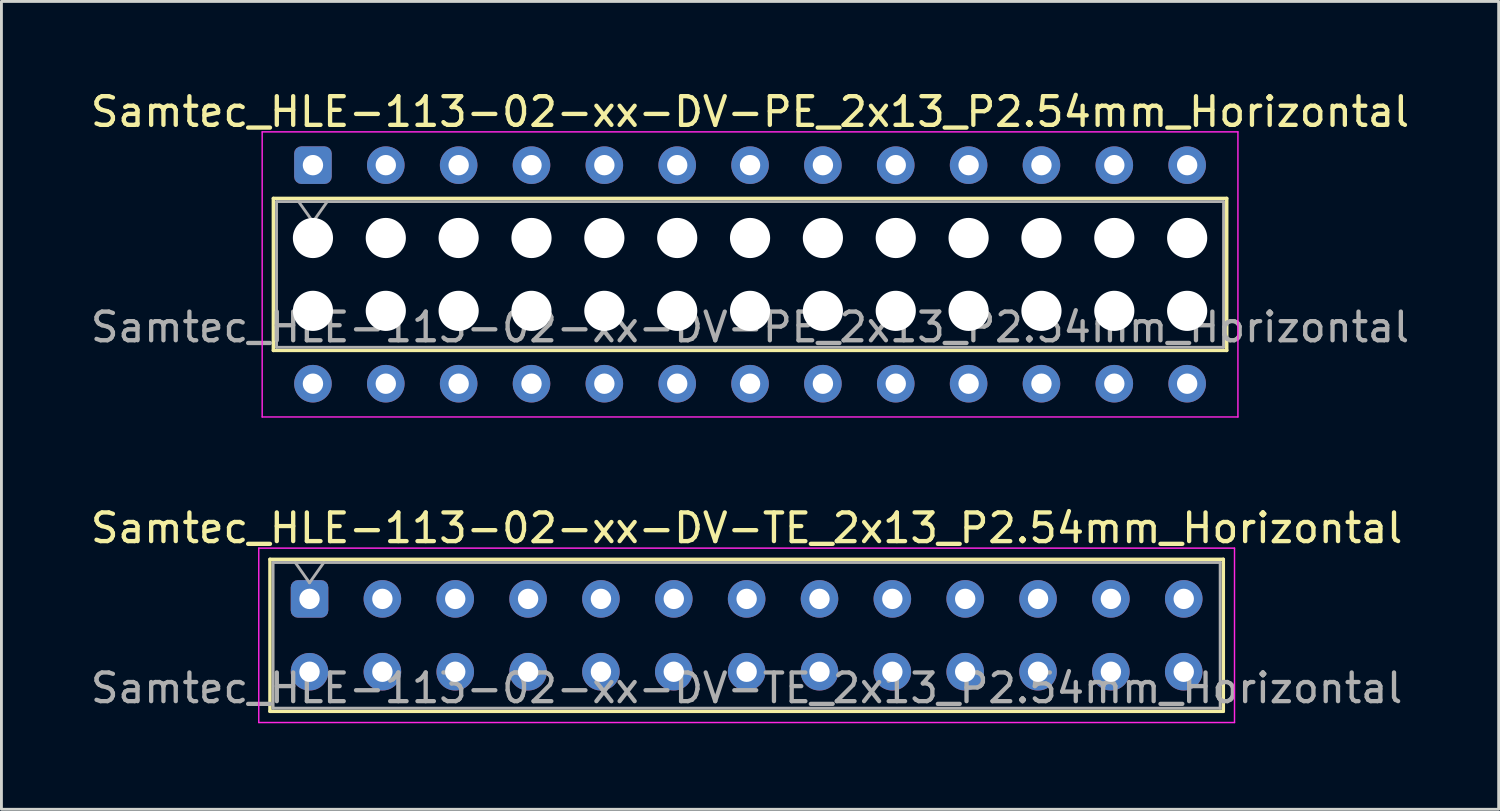
<source format=kicad_pcb>
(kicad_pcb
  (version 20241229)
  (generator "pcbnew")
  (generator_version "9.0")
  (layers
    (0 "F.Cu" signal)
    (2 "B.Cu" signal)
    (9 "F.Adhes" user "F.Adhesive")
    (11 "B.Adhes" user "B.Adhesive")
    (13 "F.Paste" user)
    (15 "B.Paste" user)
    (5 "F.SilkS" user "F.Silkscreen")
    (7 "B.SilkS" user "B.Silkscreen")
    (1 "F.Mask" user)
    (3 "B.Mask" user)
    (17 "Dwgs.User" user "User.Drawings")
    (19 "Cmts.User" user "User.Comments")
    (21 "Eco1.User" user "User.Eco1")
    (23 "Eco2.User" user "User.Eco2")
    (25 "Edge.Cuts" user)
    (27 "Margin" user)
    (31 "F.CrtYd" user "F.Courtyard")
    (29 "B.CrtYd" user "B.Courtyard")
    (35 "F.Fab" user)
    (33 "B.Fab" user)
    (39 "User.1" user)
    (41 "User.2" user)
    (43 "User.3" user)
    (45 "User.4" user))
  (footprint "Samtec_HLE-113-02-xx-DV-PE_2x13_P2.54mm_Horizontal"
    (layer "F.Cu")
    (at 7.861 2.708)
    (property "Reference" "Samtec_HLE-113-02-xx-DV-PE_2x13_P2.54mm_Horizontal" (at 15.24 -1.86 0) (layer "F.SilkS") (effects (font (size 1 1) (thickness 0.15))))
    (attr through_hole)
    (fp_line (start -1.38 1.16) (end 31.86 1.16) (stroke (width 0.12) (type solid)) (layer "F.SilkS"))
    (fp_line (start -1.38 6.46) (end -1.38 1.16) (stroke (width 0.12) (type solid)) (layer "F.SilkS"))
    (fp_line (start 31.86 1.16) (end 31.86 6.46) (stroke (width 0.12) (type solid)) (layer "F.SilkS"))
    (fp_line (start 31.86 6.46) (end -1.38 6.46) (stroke (width 0.12) (type solid)) (layer "F.SilkS"))
    (fp_line (start -1.77 -1.16) (end 32.25 -1.16) (stroke (width 0.05) (type solid)) (layer "F.CrtYd"))
    (fp_line (start -1.77 8.78) (end -1.77 -1.16) (stroke (width 0.05) (type solid)) (layer "F.CrtYd"))
    (fp_line (start 32.25 -1.16) (end 32.25 8.78) (stroke (width 0.05) (type solid)) (layer "F.CrtYd"))
    (fp_line (start 32.25 8.78) (end -1.77 8.78) (stroke (width 0.05) (type solid)) (layer "F.CrtYd"))
    (fp_line (start -1.27 1.27) (end 31.75 1.27) (stroke (width 0.1) (type solid)) (layer "F.Fab"))
    (fp_line (start -1.27 6.35) (end -1.27 1.27) (stroke (width 0.1) (type solid)) (layer "F.Fab"))
    (fp_line (start -0.5 1.27) (end 0 1.977) (stroke (width 0.1) (type solid)) (layer "F.Fab"))
    (fp_line (start 0 1.977) (end 0.5 1.27) (stroke (width 0.1) (type solid)) (layer "F.Fab"))
    (fp_line (start 31.75 1.27) (end 31.75 6.35) (stroke (width 0.1) (type solid)) (layer "F.Fab"))
    (fp_line (start 31.75 6.35) (end -1.27 6.35) (stroke (width 0.1) (type solid)) (layer "F.Fab"))
    (fp_text user "${REFERENCE}" (at 15.24 5.65 0) (layer "F.Fab") (effects (font (size 1 1) (thickness 0.15))))
    (pad "" np_thru_hole circle (at 0 2.54) (size 1.4 1.4) (drill 1.4) (layers "*.Cu" "*.Mask"))
    (pad "" np_thru_hole circle (at 0 5.08) (size 1.4 1.4) (drill 1.4) (layers "*.Cu" "*.Mask"))
    (pad "" np_thru_hole circle (at 2.54 2.54) (size 1.4 1.4) (drill 1.4) (layers "*.Cu" "*.Mask"))
    (pad "" np_thru_hole circle (at 2.54 5.08) (size 1.4 1.4) (drill 1.4) (layers "*.Cu" "*.Mask"))
    (pad "" np_thru_hole circle (at 5.08 2.54) (size 1.4 1.4) (drill 1.4) (layers "*.Cu" "*.Mask"))
    (pad "" np_thru_hole circle (at 5.08 5.08) (size 1.4 1.4) (drill 1.4) (layers "*.Cu" "*.Mask"))
    (pad "" np_thru_hole circle (at 7.62 2.54) (size 1.4 1.4) (drill 1.4) (layers "*.Cu" "*.Mask"))
    (pad "" np_thru_hole circle (at 7.62 5.08) (size 1.4 1.4) (drill 1.4) (layers "*.Cu" "*.Mask"))
    (pad "" np_thru_hole circle (at 10.16 2.54) (size 1.4 1.4) (drill 1.4) (layers "*.Cu" "*.Mask"))
    (pad "" np_thru_hole circle (at 10.16 5.08) (size 1.4 1.4) (drill 1.4) (layers "*.Cu" "*.Mask"))
    (pad "" np_thru_hole circle (at 12.7 2.54) (size 1.4 1.4) (drill 1.4) (layers "*.Cu" "*.Mask"))
    (pad "" np_thru_hole circle (at 12.7 5.08) (size 1.4 1.4) (drill 1.4) (layers "*.Cu" "*.Mask"))
    (pad "" np_thru_hole circle (at 15.24 2.54) (size 1.4 1.4) (drill 1.4) (layers "*.Cu" "*.Mask"))
    (pad "" np_thru_hole circle (at 15.24 5.08) (size 1.4 1.4) (drill 1.4) (layers "*.Cu" "*.Mask"))
    (pad "" np_thru_hole circle (at 17.78 2.54) (size 1.4 1.4) (drill 1.4) (layers "*.Cu" "*.Mask"))
    (pad "" np_thru_hole circle (at 17.78 5.08) (size 1.4 1.4) (drill 1.4) (layers "*.Cu" "*.Mask"))
    (pad "" np_thru_hole circle (at 20.32 2.54) (size 1.4 1.4) (drill 1.4) (layers "*.Cu" "*.Mask"))
    (pad "" np_thru_hole circle (at 20.32 5.08) (size 1.4 1.4) (drill 1.4) (layers "*.Cu" "*.Mask"))
    (pad "" np_thru_hole circle (at 22.86 2.54) (size 1.4 1.4) (drill 1.4) (layers "*.Cu" "*.Mask"))
    (pad "" np_thru_hole circle (at 22.86 5.08) (size 1.4 1.4) (drill 1.4) (layers "*.Cu" "*.Mask"))
    (pad "" np_thru_hole circle (at 25.4 2.54) (size 1.4 1.4) (drill 1.4) (layers "*.Cu" "*.Mask"))
    (pad "" np_thru_hole circle (at 25.4 5.08) (size 1.4 1.4) (drill 1.4) (layers "*.Cu" "*.Mask"))
    (pad "" np_thru_hole circle (at 27.94 2.54) (size 1.4 1.4) (drill 1.4) (layers "*.Cu" "*.Mask"))
    (pad "" np_thru_hole circle (at 27.94 5.08) (size 1.4 1.4) (drill 1.4) (layers "*.Cu" "*.Mask"))
    (pad "" np_thru_hole circle (at 30.48 2.54) (size 1.4 1.4) (drill 1.4) (layers "*.Cu" "*.Mask"))
    (pad "" np_thru_hole circle (at 30.48 5.08) (size 1.4 1.4) (drill 1.4) (layers "*.Cu" "*.Mask"))
    (pad "1" thru_hole roundrect (at 0 0) (size 1.31 1.31) (drill 0.71) (layers "*.Cu" "*.Mask") (roundrect_rratio 0.191))
    (pad "2" thru_hole circle (at 0 7.62) (size 1.31 1.31) (drill 0.71) (layers "*.Cu" "*.Mask"))
    (pad "3" thru_hole circle (at 2.54 0) (size 1.31 1.31) (drill 0.71) (layers "*.Cu" "*.Mask"))
    (pad "4" thru_hole circle (at 2.54 7.62) (size 1.31 1.31) (drill 0.71) (layers "*.Cu" "*.Mask"))
    (pad "5" thru_hole circle (at 5.08 0) (size 1.31 1.31) (drill 0.71) (layers "*.Cu" "*.Mask"))
    (pad "6" thru_hole circle (at 5.08 7.62) (size 1.31 1.31) (drill 0.71) (layers "*.Cu" "*.Mask"))
    (pad "7" thru_hole circle (at 7.62 0) (size 1.31 1.31) (drill 0.71) (layers "*.Cu" "*.Mask"))
    (pad "8" thru_hole circle (at 7.62 7.62) (size 1.31 1.31) (drill 0.71) (layers "*.Cu" "*.Mask"))
    (pad "9" thru_hole circle (at 10.16 0) (size 1.31 1.31) (drill 0.71) (layers "*.Cu" "*.Mask"))
    (pad "10" thru_hole circle (at 10.16 7.62) (size 1.31 1.31) (drill 0.71) (layers "*.Cu" "*.Mask"))
    (pad "11" thru_hole circle (at 12.7 0) (size 1.31 1.31) (drill 0.71) (layers "*.Cu" "*.Mask"))
    (pad "12" thru_hole circle (at 12.7 7.62) (size 1.31 1.31) (drill 0.71) (layers "*.Cu" "*.Mask"))
    (pad "13" thru_hole circle (at 15.24 0) (size 1.31 1.31) (drill 0.71) (layers "*.Cu" "*.Mask"))
    (pad "14" thru_hole circle (at 15.24 7.62) (size 1.31 1.31) (drill 0.71) (layers "*.Cu" "*.Mask"))
    (pad "15" thru_hole circle (at 17.78 0) (size 1.31 1.31) (drill 0.71) (layers "*.Cu" "*.Mask"))
    (pad "16" thru_hole circle (at 17.78 7.62) (size 1.31 1.31) (drill 0.71) (layers "*.Cu" "*.Mask"))
    (pad "17" thru_hole circle (at 20.32 0) (size 1.31 1.31) (drill 0.71) (layers "*.Cu" "*.Mask"))
    (pad "18" thru_hole circle (at 20.32 7.62) (size 1.31 1.31) (drill 0.71) (layers "*.Cu" "*.Mask"))
    (pad "19" thru_hole circle (at 22.86 0) (size 1.31 1.31) (drill 0.71) (layers "*.Cu" "*.Mask"))
    (pad "20" thru_hole circle (at 22.86 7.62) (size 1.31 1.31) (drill 0.71) (layers "*.Cu" "*.Mask"))
    (pad "21" thru_hole circle (at 25.4 0) (size 1.31 1.31) (drill 0.71) (layers "*.Cu" "*.Mask"))
    (pad "22" thru_hole circle (at 25.4 7.62) (size 1.31 1.31) (drill 0.71) (layers "*.Cu" "*.Mask"))
    (pad "23" thru_hole circle (at 27.94 0) (size 1.31 1.31) (drill 0.71) (layers "*.Cu" "*.Mask"))
    (pad "24" thru_hole circle (at 27.94 7.62) (size 1.31 1.31) (drill 0.71) (layers "*.Cu" "*.Mask"))
    (pad "25" thru_hole circle (at 30.48 0) (size 1.31 1.31) (drill 0.71) (layers "*.Cu" "*.Mask"))
    (pad "26" thru_hole circle (at 30.48 7.62) (size 1.31 1.31) (drill 0.71) (layers "*.Cu" "*.Mask")))
  (footprint "Samtec_HLE-113-02-xx-DV-TE_2x13_P2.54mm_Horizontal"
    (layer "F.Cu")
    (at 7.742 17.831)
    (property "Reference" "Samtec_HLE-113-02-xx-DV-TE_2x13_P2.54mm_Horizontal" (at 15.24 -2.47 0) (layer "F.SilkS") (effects (font (size 1 1) (thickness 0.15))))
    (attr through_hole)
    (fp_line (start -1.38 -1.38) (end 31.86 -1.38) (stroke (width 0.12) (type solid)) (layer "F.SilkS"))
    (fp_line (start -1.38 3.92) (end -1.38 -1.38) (stroke (width 0.12) (type solid)) (layer "F.SilkS"))
    (fp_line (start 31.86 -1.38) (end 31.86 3.92) (stroke (width 0.12) (type solid)) (layer "F.SilkS"))
    (fp_line (start 31.86 3.92) (end -1.38 3.92) (stroke (width 0.12) (type solid)) (layer "F.SilkS"))
    (fp_line (start -1.77 -1.77) (end 32.25 -1.77) (stroke (width 0.05) (type solid)) (layer "F.CrtYd"))
    (fp_line (start -1.77 4.31) (end -1.77 -1.77) (stroke (width 0.05) (type solid)) (layer "F.CrtYd"))
    (fp_line (start 32.25 -1.77) (end 32.25 4.31) (stroke (width 0.05) (type solid)) (layer "F.CrtYd"))
    (fp_line (start 32.25 4.31) (end -1.77 4.31) (stroke (width 0.05) (type solid)) (layer "F.CrtYd"))
    (fp_line (start -1.27 -1.27) (end 31.75 -1.27) (stroke (width 0.1) (type solid)) (layer "F.Fab"))
    (fp_line (start -1.27 3.81) (end -1.27 -1.27) (stroke (width 0.1) (type solid)) (layer "F.Fab"))
    (fp_line (start -0.5 -1.27) (end 0 -0.563) (stroke (width 0.1) (type solid)) (layer "F.Fab"))
    (fp_line (start 0 -0.563) (end 0.5 -1.27) (stroke (width 0.1) (type solid)) (layer "F.Fab"))
    (fp_line (start 31.75 -1.27) (end 31.75 3.81) (stroke (width 0.1) (type solid)) (layer "F.Fab"))
    (fp_line (start 31.75 3.81) (end -1.27 3.81) (stroke (width 0.1) (type solid)) (layer "F.Fab"))
    (fp_text user "${REFERENCE}" (at 15.24 3.11 0) (layer "F.Fab") (effects (font (size 1 1) (thickness 0.15))))
    (pad "1" thru_hole roundrect (at 0 0) (size 1.31 1.31) (drill 0.71) (layers "*.Cu" "*.Mask") (roundrect_rratio 0.191))
    (pad "2" thru_hole circle (at 0 2.54) (size 1.31 1.31) (drill 0.71) (layers "*.Cu" "*.Mask"))
    (pad "3" thru_hole circle (at 2.54 0) (size 1.31 1.31) (drill 0.71) (layers "*.Cu" "*.Mask"))
    (pad "4" thru_hole circle (at 2.54 2.54) (size 1.31 1.31) (drill 0.71) (layers "*.Cu" "*.Mask"))
    (pad "5" thru_hole circle (at 5.08 0) (size 1.31 1.31) (drill 0.71) (layers "*.Cu" "*.Mask"))
    (pad "6" thru_hole circle (at 5.08 2.54) (size 1.31 1.31) (drill 0.71) (layers "*.Cu" "*.Mask"))
    (pad "7" thru_hole circle (at 7.62 0) (size 1.31 1.31) (drill 0.71) (layers "*.Cu" "*.Mask"))
    (pad "8" thru_hole circle (at 7.62 2.54) (size 1.31 1.31) (drill 0.71) (layers "*.Cu" "*.Mask"))
    (pad "9" thru_hole circle (at 10.16 0) (size 1.31 1.31) (drill 0.71) (layers "*.Cu" "*.Mask"))
    (pad "10" thru_hole circle (at 10.16 2.54) (size 1.31 1.31) (drill 0.71) (layers "*.Cu" "*.Mask"))
    (pad "11" thru_hole circle (at 12.7 0) (size 1.31 1.31) (drill 0.71) (layers "*.Cu" "*.Mask"))
    (pad "12" thru_hole circle (at 12.7 2.54) (size 1.31 1.31) (drill 0.71) (layers "*.Cu" "*.Mask"))
    (pad "13" thru_hole circle (at 15.24 0) (size 1.31 1.31) (drill 0.71) (layers "*.Cu" "*.Mask"))
    (pad "14" thru_hole circle (at 15.24 2.54) (size 1.31 1.31) (drill 0.71) (layers "*.Cu" "*.Mask"))
    (pad "15" thru_hole circle (at 17.78 0) (size 1.31 1.31) (drill 0.71) (layers "*.Cu" "*.Mask"))
    (pad "16" thru_hole circle (at 17.78 2.54) (size 1.31 1.31) (drill 0.71) (layers "*.Cu" "*.Mask"))
    (pad "17" thru_hole circle (at 20.32 0) (size 1.31 1.31) (drill 0.71) (layers "*.Cu" "*.Mask"))
    (pad "18" thru_hole circle (at 20.32 2.54) (size 1.31 1.31) (drill 0.71) (layers "*.Cu" "*.Mask"))
    (pad "19" thru_hole circle (at 22.86 0) (size 1.31 1.31) (drill 0.71) (layers "*.Cu" "*.Mask"))
    (pad "20" thru_hole circle (at 22.86 2.54) (size 1.31 1.31) (drill 0.71) (layers "*.Cu" "*.Mask"))
    (pad "21" thru_hole circle (at 25.4 0) (size 1.31 1.31) (drill 0.71) (layers "*.Cu" "*.Mask"))
    (pad "22" thru_hole circle (at 25.4 2.54) (size 1.31 1.31) (drill 0.71) (layers "*.Cu" "*.Mask"))
    (pad "23" thru_hole circle (at 27.94 0) (size 1.31 1.31) (drill 0.71) (layers "*.Cu" "*.Mask"))
    (pad "24" thru_hole circle (at 27.94 2.54) (size 1.31 1.31) (drill 0.71) (layers "*.Cu" "*.Mask"))
    (pad "25" thru_hole circle (at 30.48 0) (size 1.31 1.31) (drill 0.71) (layers "*.Cu" "*.Mask"))
    (pad "26" thru_hole circle (at 30.48 2.54) (size 1.31 1.31) (drill 0.71) (layers "*.Cu" "*.Mask")))
  (gr_rect
    (start -3 -3)
    (end 49.202 25.166)
    (stroke (width 0.1) (type default))
    (fill no)
    (layer "Edge.Cuts")))
</source>
